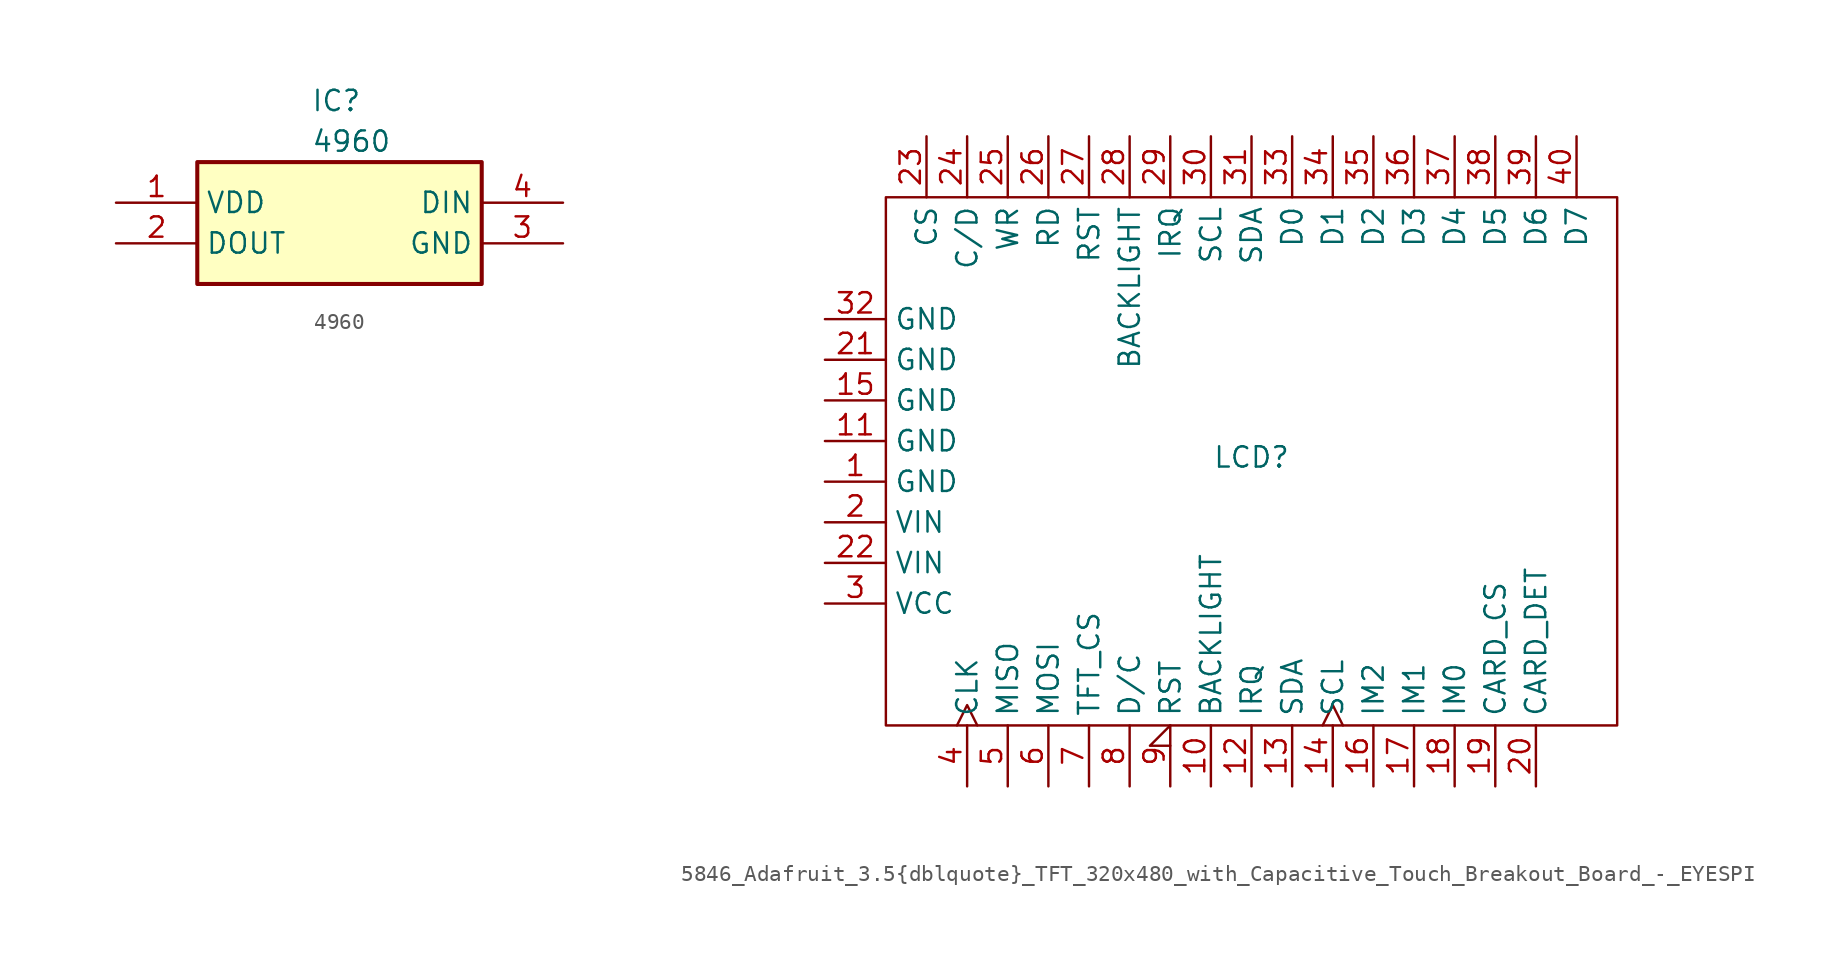
<source format=kicad_sym>
(kicad_symbol_lib
  (version 20241209)
  (generator "kicad_symbol_editor")
  (generator_version "9.0")
  (symbol "4960"
    (property "Reference" "IC"
      (at -1.778 8.382 0)
      (effects (font (size 1.27 1.27)) (justify left top)))
    (property "Value" "4960"
      (at -1.778 5.842 0)
      (effects (font (size 1.27 1.27)) (justify left top)))
    (symbol "4960_1_1"
      (rectangle (start -8.89 3.81) (end 8.89 -3.81) (stroke (width 0.254) (type default)) (fill (type background)))
      (pin power_in line (at -13.97 1.27 0) (length 5.08) (name "VDD" (effects (font (size 1.27 1.27)))) (number "1" (effects (font (size 1.27 1.27)))))
      (pin passive line (at -13.97 -1.27 0) (length 5.08) (name "DOUT" (effects (font (size 1.27 1.27)))) (number "2" (effects (font (size 1.27 1.27)))))
      (pin passive line (at 13.97 1.27 180) (length 5.08) (name "DIN" (effects (font (size 1.27 1.27)))) (number "4" (effects (font (size 1.27 1.27)))))
      (pin power_in line (at 13.97 -1.27 180) (length 5.08) (name "GND" (effects (font (size 1.27 1.27)))) (number "3" (effects (font (size 1.27 1.27)))))))
  (symbol "5846_Adafruit_3.5{dblquote}_TFT_320x480_with_Capacitive_Touch_Breakout_Board_-_EYESPI"
    (property "Reference" "LCD"
      (at 0 0.254 0)
      (effects (font (size 1.27 1.27))))
    (property "Value" ""
      (at -6.35 0 0)
      (effects (font (size 1.27 1.27))))
    (symbol "5846_Adafruit_3.5{dblquote}_TFT_320x480_with_Capacitive_Touch_Breakout_Board_-_EYESPI_0_1"
      (rectangle (start -22.86 16.51) (end 22.86 -16.51) (stroke (width 0) (type default)) (fill (type none))))
    (symbol "5846_Adafruit_3.5{dblquote}_TFT_320x480_with_Capacitive_Touch_Breakout_Board_-_EYESPI_1_1"
      (pin power_in line (at -26.67 8.89 0) (length 3.81) (name "GND" (effects (font (size 1.27 1.27)))) (number "32" (effects (font (size 1.27 1.27)))))
      (pin power_in line (at -26.67 6.35 0) (length 3.81) (name "GND" (effects (font (size 1.27 1.27)))) (number "21" (effects (font (size 1.27 1.27)))))
      (pin power_in line (at -26.67 3.81 0) (length 3.81) (name "GND" (effects (font (size 1.27 1.27)))) (number "15" (effects (font (size 1.27 1.27)))))
      (pin power_in line (at -26.67 1.27 0) (length 3.81) (name "GND" (effects (font (size 1.27 1.27)))) (number "11" (effects (font (size 1.27 1.27)))))
      (pin power_in line (at -26.67 -1.27 0) (length 3.81) (name "GND" (effects (font (size 1.27 1.27)))) (number "1" (effects (font (size 1.27 1.27)))))
      (pin power_in line (at -26.67 -3.81 0) (length 3.81) (name "VIN" (effects (font (size 1.27 1.27)))) (number "2" (effects (font (size 1.27 1.27)))))
      (pin power_in line (at -26.67 -6.35 0) (length 3.81) (name "VIN" (effects (font (size 1.27 1.27)))) (number "22" (effects (font (size 1.27 1.27)))))
      (pin power_out line (at -26.67 -8.89 0) (length 3.81) (name "VCC" (effects (font (size 1.27 1.27)))) (number "3" (effects (font (size 1.27 1.27)))))
      (pin unspecified line (at -20.32 20.32 270) (length 3.81) (name "CS" (effects (font (size 1.27 1.27)))) (number "23" (effects (font (size 1.27 1.27)))))
      (pin unspecified line (at -17.78 20.32 270) (length 3.81) (name "C/D" (effects (font (size 1.27 1.27)))) (number "24" (effects (font (size 1.27 1.27)))))
      (pin input clock (at -17.78 -20.32 90) (length 3.81) (name "CLK" (effects (font (size 1.27 1.27)))) (number "4" (effects (font (size 1.27 1.27)))))
      (pin unspecified line (at -15.24 20.32 270) (length 3.81) (name "WR" (effects (font (size 1.27 1.27)))) (number "25" (effects (font (size 1.27 1.27)))))
      (pin output line (at -15.24 -20.32 90) (length 3.81) (name "MISO" (effects (font (size 1.27 1.27)))) (number "5" (effects (font (size 1.27 1.27)))))
      (pin unspecified line (at -12.7 20.32 270) (length 3.81) (name "RD" (effects (font (size 1.27 1.27)))) (number "26" (effects (font (size 1.27 1.27)))))
      (pin input line (at -12.7 -20.32 90) (length 3.81) (name "MOSI" (effects (font (size 1.27 1.27)))) (number "6" (effects (font (size 1.27 1.27)))))
      (pin unspecified line (at -10.16 20.32 270) (length 3.81) (name "RST" (effects (font (size 1.27 1.27)))) (number "27" (effects (font (size 1.27 1.27)))))
      (pin input line (at -10.16 -20.32 90) (length 3.81) (name "TFT_CS" (effects (font (size 1.27 1.27)))) (number "7" (effects (font (size 1.27 1.27)))))
      (pin unspecified line (at -7.62 20.32 270) (length 3.81) (name "BACKLIGHT" (effects (font (size 1.27 1.27)))) (number "28" (effects (font (size 1.27 1.27)))))
      (pin input line (at -7.62 -20.32 90) (length 3.81) (name "D/C" (effects (font (size 1.27 1.27)))) (number "8" (effects (font (size 1.27 1.27)))))
      (pin unspecified line (at -5.08 20.32 270) (length 3.81) (name "IRQ" (effects (font (size 1.27 1.27)))) (number "29" (effects (font (size 1.27 1.27)))))
      (pin input input_low (at -5.08 -20.32 90) (length 3.81) (name "RST" (effects (font (size 1.27 1.27)))) (number "9" (effects (font (size 1.27 1.27)))))
      (pin unspecified line (at -2.54 20.32 270) (length 3.81) (name "SCL" (effects (font (size 1.27 1.27)))) (number "30" (effects (font (size 1.27 1.27)))))
      (pin input line (at -2.54 -20.32 90) (length 3.81) (name "BACKLIGHT" (effects (font (size 1.27 1.27)))) (number "10" (effects (font (size 1.27 1.27)))))
      (pin unspecified line (at 0 20.32 270) (length 3.81) (name "SDA" (effects (font (size 1.27 1.27)))) (number "31" (effects (font (size 1.27 1.27)))))
      (pin output line (at 0 -20.32 90) (length 3.81) (name "IRQ" (effects (font (size 1.27 1.27)))) (number "12" (effects (font (size 1.27 1.27)))))
      (pin unspecified line (at 2.54 20.32 270) (length 3.81) (name "D0" (effects (font (size 1.27 1.27)))) (number "33" (effects (font (size 1.27 1.27)))))
      (pin bidirectional line (at 2.54 -20.32 90) (length 3.81) (name "SDA" (effects (font (size 1.27 1.27)))) (number "13" (effects (font (size 1.27 1.27)))))
      (pin unspecified line (at 5.08 20.32 270) (length 3.81) (name "D1" (effects (font (size 1.27 1.27)))) (number "34" (effects (font (size 1.27 1.27)))))
      (pin bidirectional clock (at 5.08 -20.32 90) (length 3.81) (name "SCL" (effects (font (size 1.27 1.27)))) (number "14" (effects (font (size 1.27 1.27)))))
      (pin unspecified line (at 7.62 20.32 270) (length 3.81) (name "D2" (effects (font (size 1.27 1.27)))) (number "35" (effects (font (size 1.27 1.27)))))
      (pin input line (at 7.62 -20.32 90) (length 3.81) (name "IM2" (effects (font (size 1.27 1.27)))) (number "16" (effects (font (size 1.27 1.27)))))
      (pin unspecified line (at 10.16 20.32 270) (length 3.81) (name "D3" (effects (font (size 1.27 1.27)))) (number "36" (effects (font (size 1.27 1.27)))))
      (pin input line (at 10.16 -20.32 90) (length 3.81) (name "IM1" (effects (font (size 1.27 1.27)))) (number "17" (effects (font (size 1.27 1.27)))))
      (pin unspecified line (at 12.7 20.32 270) (length 3.81) (name "D4" (effects (font (size 1.27 1.27)))) (number "37" (effects (font (size 1.27 1.27)))))
      (pin input line (at 12.7 -20.32 90) (length 3.81) (name "IM0" (effects (font (size 1.27 1.27)))) (number "18" (effects (font (size 1.27 1.27)))))
      (pin unspecified line (at 15.24 20.32 270) (length 3.81) (name "D5" (effects (font (size 1.27 1.27)))) (number "38" (effects (font (size 1.27 1.27)))))
      (pin input line (at 15.24 -20.32 90) (length 3.81) (name "CARD_CS" (effects (font (size 1.27 1.27)))) (number "19" (effects (font (size 1.27 1.27)))))
      (pin unspecified line (at 17.78 20.32 270) (length 3.81) (name "D6" (effects (font (size 1.27 1.27)))) (number "39" (effects (font (size 1.27 1.27)))))
      (pin output line (at 17.78 -20.32 90) (length 3.81) (name "CARD_DET" (effects (font (size 1.27 1.27)))) (number "20" (effects (font (size 1.27 1.27)))))
      (pin unspecified line (at 20.32 20.32 270) (length 3.81) (name "D7" (effects (font (size 1.27 1.27)))) (number "40" (effects (font (size 1.27 1.27))))))))
</source>
